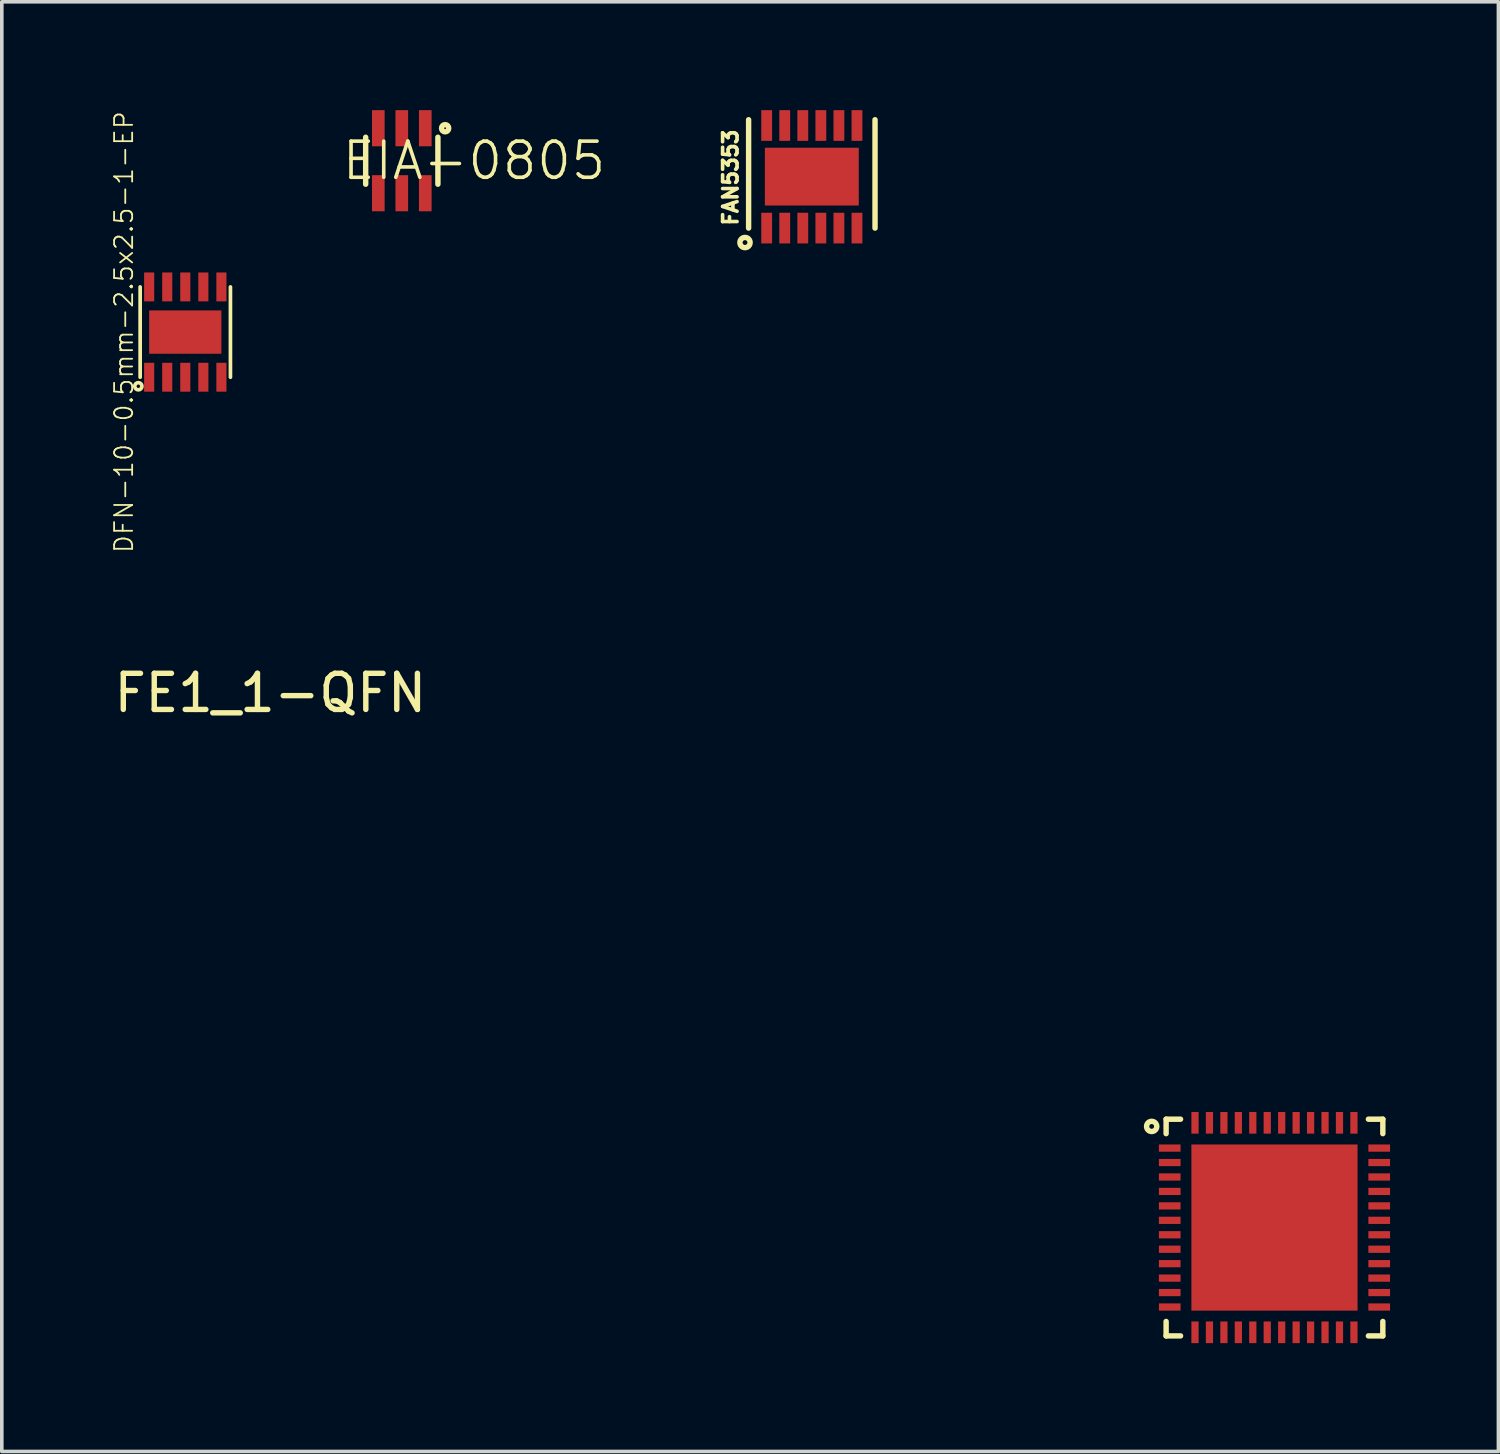
<source format=kicad_pcb>
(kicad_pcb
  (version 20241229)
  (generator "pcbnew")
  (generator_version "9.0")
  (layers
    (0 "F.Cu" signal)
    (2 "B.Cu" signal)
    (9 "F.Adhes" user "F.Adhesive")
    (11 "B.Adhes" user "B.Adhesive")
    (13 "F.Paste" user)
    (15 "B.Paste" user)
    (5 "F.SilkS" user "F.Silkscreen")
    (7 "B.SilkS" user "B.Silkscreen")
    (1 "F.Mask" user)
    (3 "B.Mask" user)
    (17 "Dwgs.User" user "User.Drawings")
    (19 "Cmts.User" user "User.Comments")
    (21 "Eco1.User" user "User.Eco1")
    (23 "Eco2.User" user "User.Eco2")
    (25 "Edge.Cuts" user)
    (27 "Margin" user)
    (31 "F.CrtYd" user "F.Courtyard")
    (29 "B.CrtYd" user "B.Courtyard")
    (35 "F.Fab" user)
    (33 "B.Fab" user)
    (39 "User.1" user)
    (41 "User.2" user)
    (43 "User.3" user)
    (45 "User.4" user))
  (footprint "FAN5353"
    (layer "F.Cu")
    (at 18.176 3.265)
    (property "Reference" "FAN5353" (at -1 -1.4 90) (layer "F.SilkS") (effects (font (size 0.4 0.4) (thickness 0.1))))
    (attr through_hole)
    (fp_line (start -0.5 0) (end -0.5 -3) (stroke (width 0.15) (type solid)) (layer "F.SilkS"))
    (fp_line (start 3 -3) (end 3 0) (stroke (width 0.15) (type solid)) (layer "F.SilkS"))
    (fp_circle (center -0.6 0.4) (end -0.5 0.5) (stroke (width 0.15) (type solid)) (fill no) (layer "F.SilkS"))
    (pad "1" smd rect (at 0 0) (size 0.3 0.85) (layers "F.Cu" "F.Mask" "F.Paste"))
    (pad "2" smd rect (at 0.5 0) (size 0.3 0.85) (layers "F.Cu" "F.Mask" "F.Paste"))
    (pad "3" smd rect (at 1 0) (size 0.3 0.85) (layers "F.Cu" "F.Mask" "F.Paste"))
    (pad "4" smd rect (at 1.5 0) (size 0.3 0.85) (layers "F.Cu" "F.Mask" "F.Paste"))
    (pad "5" smd rect (at 2 0) (size 0.3 0.85) (layers "F.Cu" "F.Mask" "F.Paste"))
    (pad "6" smd rect (at 2.5 0) (size 0.3 0.85) (layers "F.Cu" "F.Mask" "F.Paste"))
    (pad "7" smd rect (at 2.5 -2.84) (size 0.3 0.85) (layers "F.Cu" "F.Mask" "F.Paste"))
    (pad "8" smd rect (at 2 -2.84) (size 0.3 0.85) (layers "F.Cu" "F.Mask" "F.Paste"))
    (pad "9" smd rect (at 1.5 -2.84) (size 0.3 0.85) (layers "F.Cu" "F.Mask" "F.Paste"))
    (pad "10" smd rect (at 1 -2.84) (size 0.3 0.85) (layers "F.Cu" "F.Mask" "F.Paste"))
    (pad "11" smd rect (at 0.5 -2.84) (size 0.3 0.85) (layers "F.Cu" "F.Mask" "F.Paste"))
    (pad "12" smd rect (at 0 -2.84) (size 0.3 0.85) (layers "F.Cu" "F.Mask" "F.Paste"))
    (pad "13" smd rect (at 1.25 -1.425) (size 2.6 1.6) (layers "F.Cu" "F.Mask" "F.Paste")))
  (footprint "FE1_1-QFN"
    (layer "F.Cu")
    (at 32.235 30.936)
    (property "Reference" "FE1_1-QFN" (at -27.8 -14.8 0) (layer "F.SilkS") (effects (font (size 1 1) (thickness 0.15))))
    (attr through_hole)
    (fp_line (start -3 -3) (end -2.6 -3) (stroke (width 0.15) (type solid)) (layer "F.SilkS"))
    (fp_line (start -3 -2.6) (end -3 -3) (stroke (width 0.15) (type solid)) (layer "F.SilkS"))
    (fp_line (start -3 2.6) (end -3 3) (stroke (width 0.15) (type solid)) (layer "F.SilkS"))
    (fp_line (start -3 3) (end -2.6 3) (stroke (width 0.15) (type solid)) (layer "F.SilkS"))
    (fp_line (start 2.6 -3) (end 3 -3) (stroke (width 0.15) (type solid)) (layer "F.SilkS"))
    (fp_line (start 2.6 3) (end 3 3) (stroke (width 0.15) (type solid)) (layer "F.SilkS"))
    (fp_line (start 3 -3) (end 3 -2.6) (stroke (width 0.15) (type solid)) (layer "F.SilkS"))
    (fp_line (start 3 2.6) (end 3 3) (stroke (width 0.15) (type solid)) (layer "F.SilkS"))
    (fp_circle (center -3.4 -2.8) (end -3.3 -2.9) (stroke (width 0.15) (type solid)) (fill no) (layer "F.SilkS"))
    (pad "1" smd rect (at -2.9 -2.2) (size 0.6 0.2) (layers "F.Cu" "F.Mask" "F.Paste"))
    (pad "2" smd rect (at -2.9 -1.8) (size 0.6 0.2) (layers "F.Cu" "F.Mask" "F.Paste"))
    (pad "3" smd rect (at -2.9 -1.4) (size 0.6 0.2) (layers "F.Cu" "F.Mask" "F.Paste"))
    (pad "4" smd rect (at -2.9 -1) (size 0.6 0.2) (layers "F.Cu" "F.Mask" "F.Paste"))
    (pad "5" smd rect (at -2.9 -0.6) (size 0.6 0.2) (layers "F.Cu" "F.Mask" "F.Paste"))
    (pad "6" smd rect (at -2.9 -0.2) (size 0.6 0.2) (layers "F.Cu" "F.Mask" "F.Paste"))
    (pad "7" smd rect (at -2.9 0.2) (size 0.6 0.2) (layers "F.Cu" "F.Mask" "F.Paste"))
    (pad "8" smd rect (at -2.9 0.6) (size 0.6 0.2) (layers "F.Cu" "F.Mask" "F.Paste"))
    (pad "9" smd rect (at -2.9 1) (size 0.6 0.2) (layers "F.Cu" "F.Mask" "F.Paste"))
    (pad "10" smd rect (at -2.9 1.4) (size 0.6 0.2) (layers "F.Cu" "F.Mask" "F.Paste"))
    (pad "11" smd rect (at -2.9 1.8) (size 0.6 0.2) (layers "F.Cu" "F.Mask" "F.Paste"))
    (pad "12" smd rect (at -2.9 2.2) (size 0.6 0.2) (layers "F.Cu" "F.Mask" "F.Paste"))
    (pad "13" smd rect (at -2.2 2.9) (size 0.2 0.6) (layers "F.Cu" "F.Mask" "F.Paste"))
    (pad "14" smd rect (at -1.8 2.9) (size 0.2 0.6) (layers "F.Cu" "F.Mask" "F.Paste"))
    (pad "15" smd rect (at -1.4 2.9) (size 0.2 0.6) (layers "F.Cu" "F.Mask" "F.Paste"))
    (pad "16" smd rect (at -1 2.9) (size 0.2 0.6) (layers "F.Cu" "F.Mask" "F.Paste"))
    (pad "17" smd rect (at -0.6 2.9) (size 0.2 0.6) (layers "F.Cu" "F.Mask" "F.Paste"))
    (pad "18" smd rect (at -0.2 2.9) (size 0.2 0.6) (layers "F.Cu" "F.Mask" "F.Paste"))
    (pad "19" smd rect (at 0.2 2.9) (size 0.2 0.6) (layers "F.Cu" "F.Mask" "F.Paste"))
    (pad "20" smd rect (at 0.6 2.9) (size 0.2 0.6) (layers "F.Cu" "F.Mask" "F.Paste"))
    (pad "21" smd rect (at 1 2.9) (size 0.2 0.6) (layers "F.Cu" "F.Mask" "F.Paste"))
    (pad "22" smd rect (at 1.4 2.9) (size 0.2 0.6) (layers "F.Cu" "F.Mask" "F.Paste"))
    (pad "23" smd rect (at 1.8 2.9) (size 0.2 0.6) (layers "F.Cu" "F.Mask" "F.Paste"))
    (pad "24" smd rect (at 2.2 2.9) (size 0.2 0.6) (layers "F.Cu" "F.Mask" "F.Paste"))
    (pad "25" smd rect (at 2.9 2.2) (size 0.6 0.2) (layers "F.Cu" "F.Mask" "F.Paste"))
    (pad "26" smd rect (at 2.9 1.8) (size 0.6 0.2) (layers "F.Cu" "F.Mask" "F.Paste"))
    (pad "27" smd rect (at 2.9 1.4) (size 0.6 0.2) (layers "F.Cu" "F.Mask" "F.Paste"))
    (pad "28" smd rect (at 2.9 1) (size 0.6 0.2) (layers "F.Cu" "F.Mask" "F.Paste"))
    (pad "29" smd rect (at 2.9 0.6) (size 0.6 0.2) (layers "F.Cu" "F.Mask" "F.Paste"))
    (pad "30" smd rect (at 2.9 0.2) (size 0.6 0.2) (layers "F.Cu" "F.Mask" "F.Paste"))
    (pad "31" smd rect (at 2.9 -0.2) (size 0.6 0.2) (layers "F.Cu" "F.Mask" "F.Paste"))
    (pad "32" smd rect (at 2.9 -0.6) (size 0.6 0.2) (layers "F.Cu" "F.Mask" "F.Paste"))
    (pad "33" smd rect (at 2.9 -1) (size 0.6 0.2) (layers "F.Cu" "F.Mask" "F.Paste"))
    (pad "34" smd rect (at 2.9 -1.4) (size 0.6 0.2) (layers "F.Cu" "F.Mask" "F.Paste"))
    (pad "35" smd rect (at 2.9 -1.8) (size 0.6 0.2) (layers "F.Cu" "F.Mask" "F.Paste"))
    (pad "36" smd rect (at 2.9 -2.2) (size 0.6 0.2) (layers "F.Cu" "F.Mask" "F.Paste"))
    (pad "37" smd rect (at 2.2 -2.9) (size 0.2 0.6) (layers "F.Cu" "F.Mask" "F.Paste"))
    (pad "38" smd rect (at 1.8 -2.9) (size 0.2 0.6) (layers "F.Cu" "F.Mask" "F.Paste"))
    (pad "39" smd rect (at 1.4 -2.9) (size 0.2 0.6) (layers "F.Cu" "F.Mask" "F.Paste"))
    (pad "40" smd rect (at 1 -2.9) (size 0.2 0.6) (layers "F.Cu" "F.Mask" "F.Paste"))
    (pad "41" smd rect (at 0.6 -2.9) (size 0.2 0.6) (layers "F.Cu" "F.Mask" "F.Paste"))
    (pad "42" smd rect (at 0.2 -2.9) (size 0.2 0.6) (layers "F.Cu" "F.Mask" "F.Paste"))
    (pad "43" smd rect (at -0.2 -2.9) (size 0.2 0.6) (layers "F.Cu" "F.Mask" "F.Paste"))
    (pad "44" smd rect (at -0.6 -2.9) (size 0.2 0.6) (layers "F.Cu" "F.Mask" "F.Paste"))
    (pad "45" smd rect (at -1 -2.9) (size 0.2 0.6) (layers "F.Cu" "F.Mask" "F.Paste"))
    (pad "46" smd rect (at -1.4 -2.9) (size 0.2 0.6) (layers "F.Cu" "F.Mask" "F.Paste"))
    (pad "47" smd rect (at -1.8 -2.9) (size 0.2 0.6) (layers "F.Cu" "F.Mask" "F.Paste"))
    (pad "48" smd rect (at -2.2 -2.9) (size 0.2 0.6) (layers "F.Cu" "F.Mask" "F.Paste"))
    (pad "49" smd rect (at 0 0) (size 4.6 4.6) (layers "F.Cu" "F.Mask" "F.Paste")))
  (footprint "DFN-10-0.5mm-2.5x2.5-1-EP"
    (layer "F.Cu")
    (at 2.08 6.144)
    (property "Reference" "DFN-10-0.5mm-2.5x2.5-1-EP" (at -1.7 0 90) (layer "F.SilkS") (effects (font (size 0.5 0.5) (thickness 0.05))))
    (attr through_hole)
    (fp_line (start -1.25 -1.25) (end -1.25 1.25) (stroke (width 0.102) (type solid)) (layer "F.SilkS"))
    (fp_line (start 1.25 -1.25) (end 1.25 1.25) (stroke (width 0.102) (type solid)) (layer "F.SilkS"))
    (fp_circle (center -1.3 1.5) (end -1.4 1.5) (stroke (width 0.102) (type solid)) (fill no) (layer "F.SilkS"))
    (pad "1" smd rect (at -1 1.25) (size 0.28 0.8) (layers "F.Cu" "F.Mask" "F.Paste"))
    (pad "2" smd rect (at -0.5 1.25) (size 0.28 0.8) (layers "F.Cu" "F.Mask" "F.Paste"))
    (pad "3" smd rect (at 0 1.25) (size 0.28 0.8) (layers "F.Cu" "F.Mask" "F.Paste"))
    (pad "4" smd rect (at 0.5 1.25) (size 0.28 0.8) (layers "F.Cu" "F.Mask" "F.Paste"))
    (pad "5" smd rect (at 1 1.25) (size 0.28 0.8) (layers "F.Cu" "F.Mask" "F.Paste"))
    (pad "6" smd rect (at 1 -1.25) (size 0.28 0.8) (layers "F.Cu" "F.Mask" "F.Paste"))
    (pad "7" smd rect (at 0.5 -1.25) (size 0.28 0.8) (layers "F.Cu" "F.Mask" "F.Paste"))
    (pad "8" smd rect (at 0 -1.25) (size 0.28 0.8) (layers "F.Cu" "F.Mask" "F.Paste"))
    (pad "9" smd rect (at -0.5 -1.25) (size 0.28 0.8) (layers "F.Cu" "F.Mask" "F.Paste"))
    (pad "10" smd rect (at -1 -1.25) (size 0.28 0.8) (layers "F.Cu" "F.Mask" "F.Paste"))
    (pad "11" smd rect (at 0 0) (size 2 1.2) (layers "F.Cu" "F.Mask" "F.Paste")))
  (footprint "EIA-0805"
    (layer "F.Cu")
    (at 8.074 1.4)
    (property "Reference" "EIA-0805" (at 2 0 0) (layer "F.SilkS") (effects (font (size 1 1) (thickness 0.1))))
    (attr through_hole)
    (fp_line (start -1 -0.65) (end -1 0.65) (stroke (width 0.15) (type solid)) (layer "F.SilkS"))
    (fp_line (start 1 -0.65) (end 1 0.65) (stroke (width 0.15) (type solid)) (layer "F.SilkS"))
    (fp_circle (center 1.2 -0.9) (end 1.1 -0.9) (stroke (width 0.15) (type solid)) (fill no) (layer "F.SilkS"))
    (pad "1" smd rect (at 0.65 -0.9) (size 0.35 1) (layers "F.Cu" "F.Mask" "F.Paste"))
    (pad "2" smd rect (at 0 -0.9) (size 0.35 1) (layers "F.Cu" "F.Mask" "F.Paste"))
    (pad "3" smd rect (at -0.65 -0.9) (size 0.35 1) (layers "F.Cu" "F.Mask" "F.Paste"))
    (pad "4" smd rect (at -0.65 0.9) (size 0.35 1) (layers "F.Cu" "F.Mask" "F.Paste"))
    (pad "5" smd rect (at 0 0.9) (size 0.35 1) (layers "F.Cu" "F.Mask" "F.Paste"))
    (pad "6" smd rect (at 0.65 0.9) (size 0.35 1) (layers "F.Cu" "F.Mask" "F.Paste")))
  (gr_rect
    (start -3 -3)
    (end 38.435 37.136)
    (stroke (width 0.1) (type default))
    (fill no)
    (layer "Edge.Cuts")))
</source>
